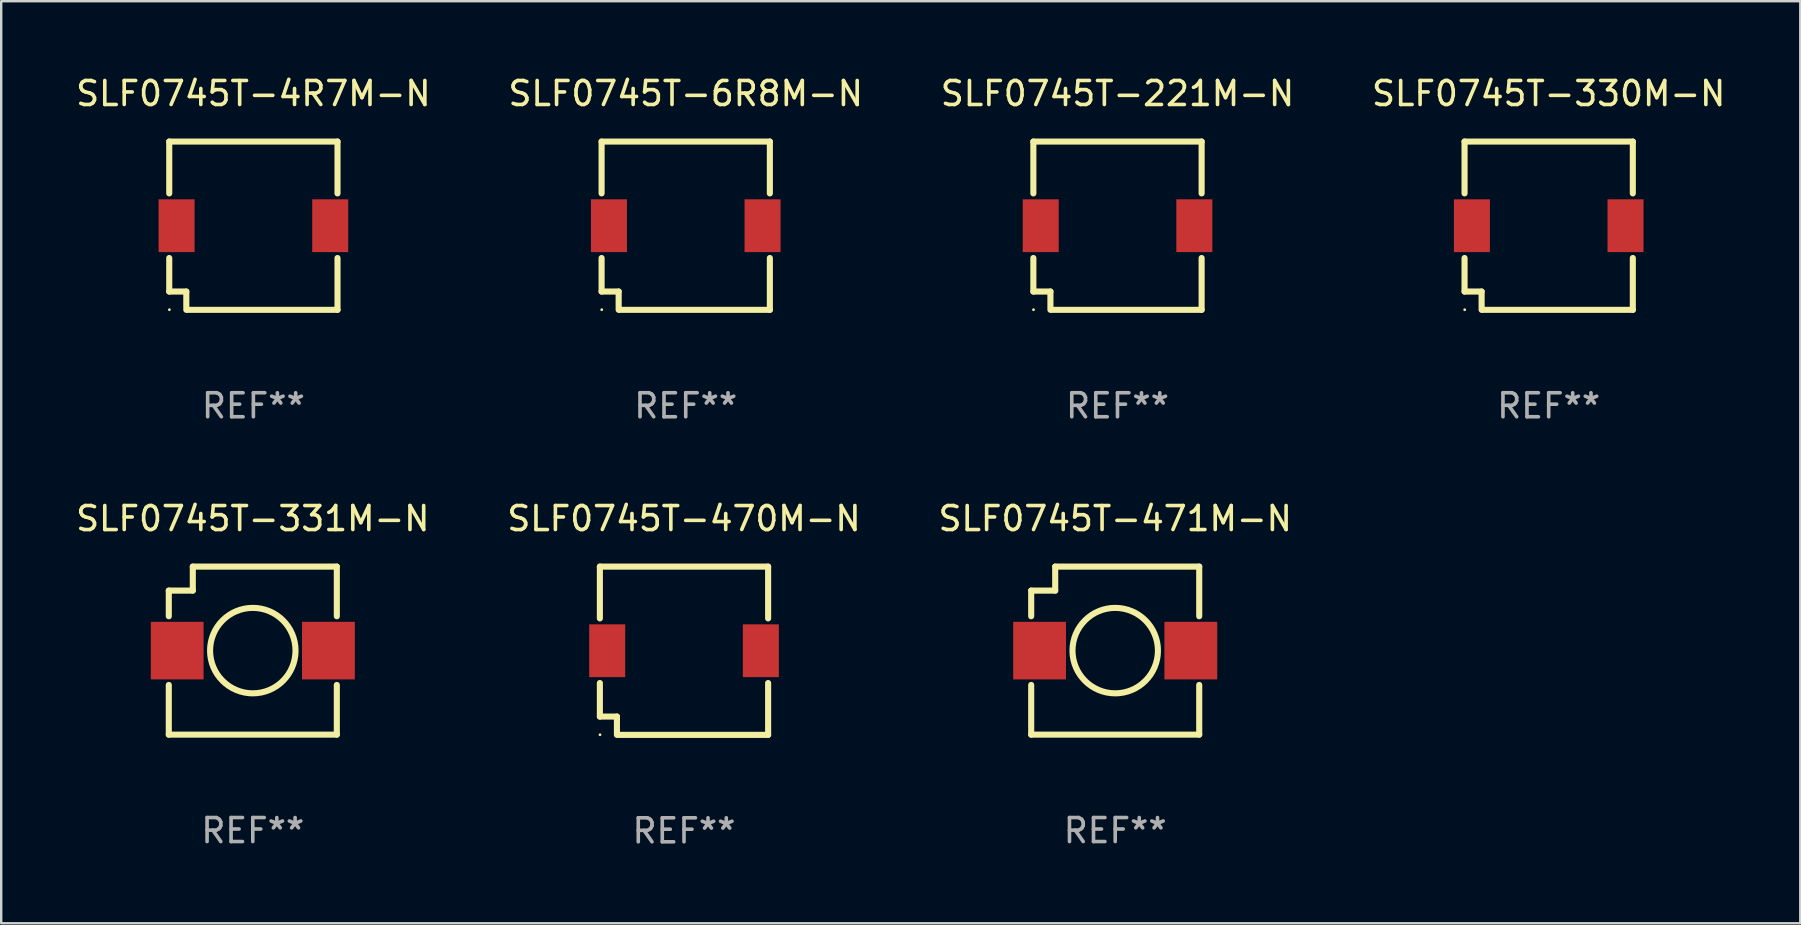
<source format=kicad_pcb>
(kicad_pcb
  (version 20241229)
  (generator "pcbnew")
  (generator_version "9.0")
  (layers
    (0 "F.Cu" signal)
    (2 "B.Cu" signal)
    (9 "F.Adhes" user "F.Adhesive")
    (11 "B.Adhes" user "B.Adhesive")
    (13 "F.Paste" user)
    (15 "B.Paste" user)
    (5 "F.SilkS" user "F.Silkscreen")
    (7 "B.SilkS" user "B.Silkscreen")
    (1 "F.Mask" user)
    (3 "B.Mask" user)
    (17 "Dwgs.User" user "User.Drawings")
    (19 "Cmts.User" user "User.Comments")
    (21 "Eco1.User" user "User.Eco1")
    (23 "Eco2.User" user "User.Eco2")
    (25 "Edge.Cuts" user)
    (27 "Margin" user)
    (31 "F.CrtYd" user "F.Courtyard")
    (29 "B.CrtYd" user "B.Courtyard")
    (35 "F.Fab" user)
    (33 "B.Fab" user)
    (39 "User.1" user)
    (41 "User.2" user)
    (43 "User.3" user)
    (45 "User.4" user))
  (footprint "SLF0745T-6R8M-N"
    (layer "F.Cu")
    (at 25.518 6.353)
    (property "Reference" "SLF0745T-6R8M-N" (at 0 -5.505 0) (layer "F.SilkS") (effects (font (size 1 1) (thickness 0.15))))
    (attr through_hole)
    (fp_line (start -3.505 -3.505) (end 3.505 -3.505) (stroke (width 0.254) (type solid)) (layer "F.SilkS"))
    (fp_line (start -3.505 -1.346) (end -3.505 -3.505) (stroke (width 0.254) (type solid)) (layer "F.SilkS"))
    (fp_line (start -3.505 1.346) (end -3.505 2.743) (stroke (width 0.254) (type solid)) (layer "F.SilkS"))
    (fp_line (start -3.505 2.743) (end -2.794 2.743) (stroke (width 0.254) (type solid)) (layer "F.SilkS"))
    (fp_line (start -2.794 2.743) (end -2.794 3.505) (stroke (width 0.254) (type solid)) (layer "F.SilkS"))
    (fp_line (start -2.743 3.505) (end 3.505 3.505) (stroke (width 0.254) (type solid)) (layer "F.SilkS"))
    (fp_line (start 3.505 -3.505) (end 3.505 -1.346) (stroke (width 0.254) (type solid)) (layer "F.SilkS"))
    (fp_line (start 3.505 3.505) (end 3.505 1.346) (stroke (width 0.254) (type solid)) (layer "F.SilkS"))
    (fp_circle (center -3.499 3.5) (end -3.469 3.5) (stroke (width 0.06) (type solid)) (fill no) (layer "F.SilkS"))
    (fp_text user "REF**" (at 0 7.505 0) (layer "F.Fab") (effects (font (size 1 1) (thickness 0.15))))
    (pad "1" smd rect (at -3.199 0.000127 90) (size 2.2 1.5) (layers "F.Cu" "F.Mask" "F.Paste"))
    (pad "2" smd rect (at 3.201 0.000127 90) (size 2.2 1.5) (layers "F.Cu" "F.Mask" "F.Paste")))
  (footprint "SLF0745T-471M-N"
    (layer "F.Cu")
    (at 43.411 24.055)
    (property "Reference" "SLF0745T-471M-N" (at 0 -5.5 0) (layer "F.SilkS") (effects (font (size 1 1) (thickness 0.15))))
    (attr through_hole)
    (fp_line (start -3.5 -2.5) (end -3.5 -1.431) (stroke (width 0.254) (type solid)) (layer "F.SilkS"))
    (fp_line (start -3.5 1.431) (end -3.5 3.5) (stroke (width 0.254) (type solid)) (layer "F.SilkS"))
    (fp_line (start -3.5 3.5) (end 3.5 3.5) (stroke (width 0.254) (type solid)) (layer "F.SilkS"))
    (fp_line (start -2.5 -3.5) (end -2.5 -2.5) (stroke (width 0.254) (type solid)) (layer "F.SilkS"))
    (fp_line (start -2.5 -2.5) (end -3.5 -2.5) (stroke (width 0.254) (type solid)) (layer "F.SilkS"))
    (fp_line (start 3.5 -3.5) (end -2.5 -3.5) (stroke (width 0.254) (type solid)) (layer "F.SilkS"))
    (fp_line (start 3.5 -1.431) (end 3.5 -3.5) (stroke (width 0.254) (type solid)) (layer "F.SilkS"))
    (fp_line (start 3.5 3.5) (end 3.5 1.431) (stroke (width 0.254) (type solid)) (layer "F.SilkS"))
    (fp_circle (center -3.5 3.5) (end -3.47 3.5) (stroke (width 0.06) (type solid)) (fill no) (layer "F.SilkS"))
    (fp_circle (center -0.000127 0) (end 1.78 0) (stroke (width 0.254) (type solid)) (fill no) (layer "F.SilkS"))
    (fp_text user "REF**" (at 0 7.5 0) (layer "F.Fab") (effects (font (size 1 1) (thickness 0.15))))
    (pad "1" smd rect (at -3.15 0) (size 2.2 2.4) (layers "F.Cu" "F.Mask" "F.Paste"))
    (pad "2" smd rect (at 3.15 0) (size 2.2 2.4) (layers "F.Cu" "F.Mask" "F.Paste")))
  (footprint "SLF0745T-4R7M-N"
    (layer "F.Cu")
    (at 7.506 6.353)
    (property "Reference" "SLF0745T-4R7M-N" (at 0 -5.505 0) (layer "F.SilkS") (effects (font (size 1 1) (thickness 0.15))))
    (attr through_hole)
    (fp_line (start -3.505 -3.505) (end 3.505 -3.505) (stroke (width 0.254) (type solid)) (layer "F.SilkS"))
    (fp_line (start -3.505 -1.346) (end -3.505 -3.505) (stroke (width 0.254) (type solid)) (layer "F.SilkS"))
    (fp_line (start -3.505 1.346) (end -3.505 2.743) (stroke (width 0.254) (type solid)) (layer "F.SilkS"))
    (fp_line (start -3.505 2.743) (end -2.794 2.743) (stroke (width 0.254) (type solid)) (layer "F.SilkS"))
    (fp_line (start -2.794 2.743) (end -2.794 3.505) (stroke (width 0.254) (type solid)) (layer "F.SilkS"))
    (fp_line (start -2.743 3.505) (end 3.505 3.505) (stroke (width 0.254) (type solid)) (layer "F.SilkS"))
    (fp_line (start 3.505 -3.505) (end 3.505 -1.346) (stroke (width 0.254) (type solid)) (layer "F.SilkS"))
    (fp_line (start 3.505 3.505) (end 3.505 1.346) (stroke (width 0.254) (type solid)) (layer "F.SilkS"))
    (fp_circle (center -3.499 3.5) (end -3.469 3.5) (stroke (width 0.06) (type solid)) (fill no) (layer "F.SilkS"))
    (fp_text user "REF**" (at 0 7.505 0) (layer "F.Fab") (effects (font (size 1 1) (thickness 0.15))))
    (pad "1" smd rect (at -3.199 0.000127 90) (size 2.2 1.5) (layers "F.Cu" "F.Mask" "F.Paste"))
    (pad "2" smd rect (at 3.201 0.000127 90) (size 2.2 1.5) (layers "F.Cu" "F.Mask" "F.Paste")))
  (footprint "SLF0745T-470M-N"
    (layer "F.Cu")
    (at 25.446 24.06)
    (property "Reference" "SLF0745T-470M-N" (at 0 -5.505 0) (layer "F.SilkS") (effects (font (size 1 1) (thickness 0.15))))
    (attr through_hole)
    (fp_line (start -3.505 -3.505) (end 3.505 -3.505) (stroke (width 0.254) (type solid)) (layer "F.SilkS"))
    (fp_line (start -3.505 -1.346) (end -3.505 -3.505) (stroke (width 0.254) (type solid)) (layer "F.SilkS"))
    (fp_line (start -3.505 1.346) (end -3.505 2.743) (stroke (width 0.254) (type solid)) (layer "F.SilkS"))
    (fp_line (start -3.505 2.743) (end -2.794 2.743) (stroke (width 0.254) (type solid)) (layer "F.SilkS"))
    (fp_line (start -2.794 2.743) (end -2.794 3.505) (stroke (width 0.254) (type solid)) (layer "F.SilkS"))
    (fp_line (start -2.743 3.505) (end 3.505 3.505) (stroke (width 0.254) (type solid)) (layer "F.SilkS"))
    (fp_line (start 3.505 -3.505) (end 3.505 -1.346) (stroke (width 0.254) (type solid)) (layer "F.SilkS"))
    (fp_line (start 3.505 3.505) (end 3.505 1.346) (stroke (width 0.254) (type solid)) (layer "F.SilkS"))
    (fp_circle (center -3.499 3.5) (end -3.469 3.5) (stroke (width 0.06) (type solid)) (fill no) (layer "F.SilkS"))
    (fp_text user "REF**" (at 0 7.505 0) (layer "F.Fab") (effects (font (size 1 1) (thickness 0.15))))
    (pad "1" smd rect (at -3.199 0.000127 90) (size 2.2 1.5) (layers "F.Cu" "F.Mask" "F.Paste"))
    (pad "2" smd rect (at 3.201 0.000127 90) (size 2.2 1.5) (layers "F.Cu" "F.Mask" "F.Paste")))
  (footprint "SLF0745T-330M-N"
    (layer "F.Cu")
    (at 61.47 6.353)
    (property "Reference" "SLF0745T-330M-N" (at 0 -5.505 0) (layer "F.SilkS") (effects (font (size 1 1) (thickness 0.15))))
    (attr through_hole)
    (fp_line (start -3.505 -3.505) (end 3.505 -3.505) (stroke (width 0.254) (type solid)) (layer "F.SilkS"))
    (fp_line (start -3.505 -1.346) (end -3.505 -3.505) (stroke (width 0.254) (type solid)) (layer "F.SilkS"))
    (fp_line (start -3.505 1.346) (end -3.505 2.743) (stroke (width 0.254) (type solid)) (layer "F.SilkS"))
    (fp_line (start -3.505 2.743) (end -2.794 2.743) (stroke (width 0.254) (type solid)) (layer "F.SilkS"))
    (fp_line (start -2.794 2.743) (end -2.794 3.505) (stroke (width 0.254) (type solid)) (layer "F.SilkS"))
    (fp_line (start -2.743 3.505) (end 3.505 3.505) (stroke (width 0.254) (type solid)) (layer "F.SilkS"))
    (fp_line (start 3.505 -3.505) (end 3.505 -1.346) (stroke (width 0.254) (type solid)) (layer "F.SilkS"))
    (fp_line (start 3.505 3.505) (end 3.505 1.346) (stroke (width 0.254) (type solid)) (layer "F.SilkS"))
    (fp_circle (center -3.499 3.5) (end -3.469 3.5) (stroke (width 0.06) (type solid)) (fill no) (layer "F.SilkS"))
    (fp_text user "REF**" (at 0 7.505 0) (layer "F.Fab") (effects (font (size 1 1) (thickness 0.15))))
    (pad "1" smd rect (at -3.199 0.000127 90) (size 2.2 1.5) (layers "F.Cu" "F.Mask" "F.Paste"))
    (pad "2" smd rect (at 3.201 0.000127 90) (size 2.2 1.5) (layers "F.Cu" "F.Mask" "F.Paste")))
  (footprint "SLF0745T-221M-N"
    (layer "F.Cu")
    (at 43.506 6.353)
    (property "Reference" "SLF0745T-221M-N" (at 0 -5.505 0) (layer "F.SilkS") (effects (font (size 1 1) (thickness 0.15))))
    (attr through_hole)
    (fp_line (start -3.505 -3.505) (end 3.505 -3.505) (stroke (width 0.254) (type solid)) (layer "F.SilkS"))
    (fp_line (start -3.505 -1.346) (end -3.505 -3.505) (stroke (width 0.254) (type solid)) (layer "F.SilkS"))
    (fp_line (start -3.505 1.346) (end -3.505 2.743) (stroke (width 0.254) (type solid)) (layer "F.SilkS"))
    (fp_line (start -3.505 2.743) (end -2.794 2.743) (stroke (width 0.254) (type solid)) (layer "F.SilkS"))
    (fp_line (start -2.794 2.743) (end -2.794 3.505) (stroke (width 0.254) (type solid)) (layer "F.SilkS"))
    (fp_line (start -2.743 3.505) (end 3.505 3.505) (stroke (width 0.254) (type solid)) (layer "F.SilkS"))
    (fp_line (start 3.505 -3.505) (end 3.505 -1.346) (stroke (width 0.254) (type solid)) (layer "F.SilkS"))
    (fp_line (start 3.505 3.505) (end 3.505 1.346) (stroke (width 0.254) (type solid)) (layer "F.SilkS"))
    (fp_circle (center -3.499 3.5) (end -3.469 3.5) (stroke (width 0.06) (type solid)) (fill no) (layer "F.SilkS"))
    (fp_text user "REF**" (at 0 7.505 0) (layer "F.Fab") (effects (font (size 1 1) (thickness 0.15))))
    (pad "1" smd rect (at -3.199 0.000127 90) (size 2.2 1.5) (layers "F.Cu" "F.Mask" "F.Paste"))
    (pad "2" smd rect (at 3.201 0.000127 90) (size 2.2 1.5) (layers "F.Cu" "F.Mask" "F.Paste")))
  (footprint "SLF0745T-331M-N"
    (layer "F.Cu")
    (at 7.482 24.055)
    (property "Reference" "SLF0745T-331M-N" (at 0 -5.5 0) (layer "F.SilkS") (effects (font (size 1 1) (thickness 0.15))))
    (attr through_hole)
    (fp_line (start -3.5 -2.5) (end -3.5 -1.431) (stroke (width 0.254) (type solid)) (layer "F.SilkS"))
    (fp_line (start -3.5 1.431) (end -3.5 3.5) (stroke (width 0.254) (type solid)) (layer "F.SilkS"))
    (fp_line (start -3.5 3.5) (end 3.5 3.5) (stroke (width 0.254) (type solid)) (layer "F.SilkS"))
    (fp_line (start -2.5 -3.5) (end -2.5 -2.5) (stroke (width 0.254) (type solid)) (layer "F.SilkS"))
    (fp_line (start -2.5 -2.5) (end -3.5 -2.5) (stroke (width 0.254) (type solid)) (layer "F.SilkS"))
    (fp_line (start 3.5 -3.5) (end -2.5 -3.5) (stroke (width 0.254) (type solid)) (layer "F.SilkS"))
    (fp_line (start 3.5 -1.431) (end 3.5 -3.5) (stroke (width 0.254) (type solid)) (layer "F.SilkS"))
    (fp_line (start 3.5 3.5) (end 3.5 1.431) (stroke (width 0.254) (type solid)) (layer "F.SilkS"))
    (fp_circle (center -3.5 3.5) (end -3.47 3.5) (stroke (width 0.06) (type solid)) (fill no) (layer "F.SilkS"))
    (fp_circle (center -0.000127 0) (end 1.78 0) (stroke (width 0.254) (type solid)) (fill no) (layer "F.SilkS"))
    (fp_text user "REF**" (at 0 7.5 0) (layer "F.Fab") (effects (font (size 1 1) (thickness 0.15))))
    (pad "1" smd rect (at -3.15 0) (size 2.2 2.4) (layers "F.Cu" "F.Mask" "F.Paste"))
    (pad "2" smd rect (at 3.15 0) (size 2.2 2.4) (layers "F.Cu" "F.Mask" "F.Paste")))
  (gr_rect
    (start -3 -3)
    (end 71.952 35.414)
    (stroke (width 0.1) (type default))
    (fill no)
    (layer "Edge.Cuts")))
</source>
